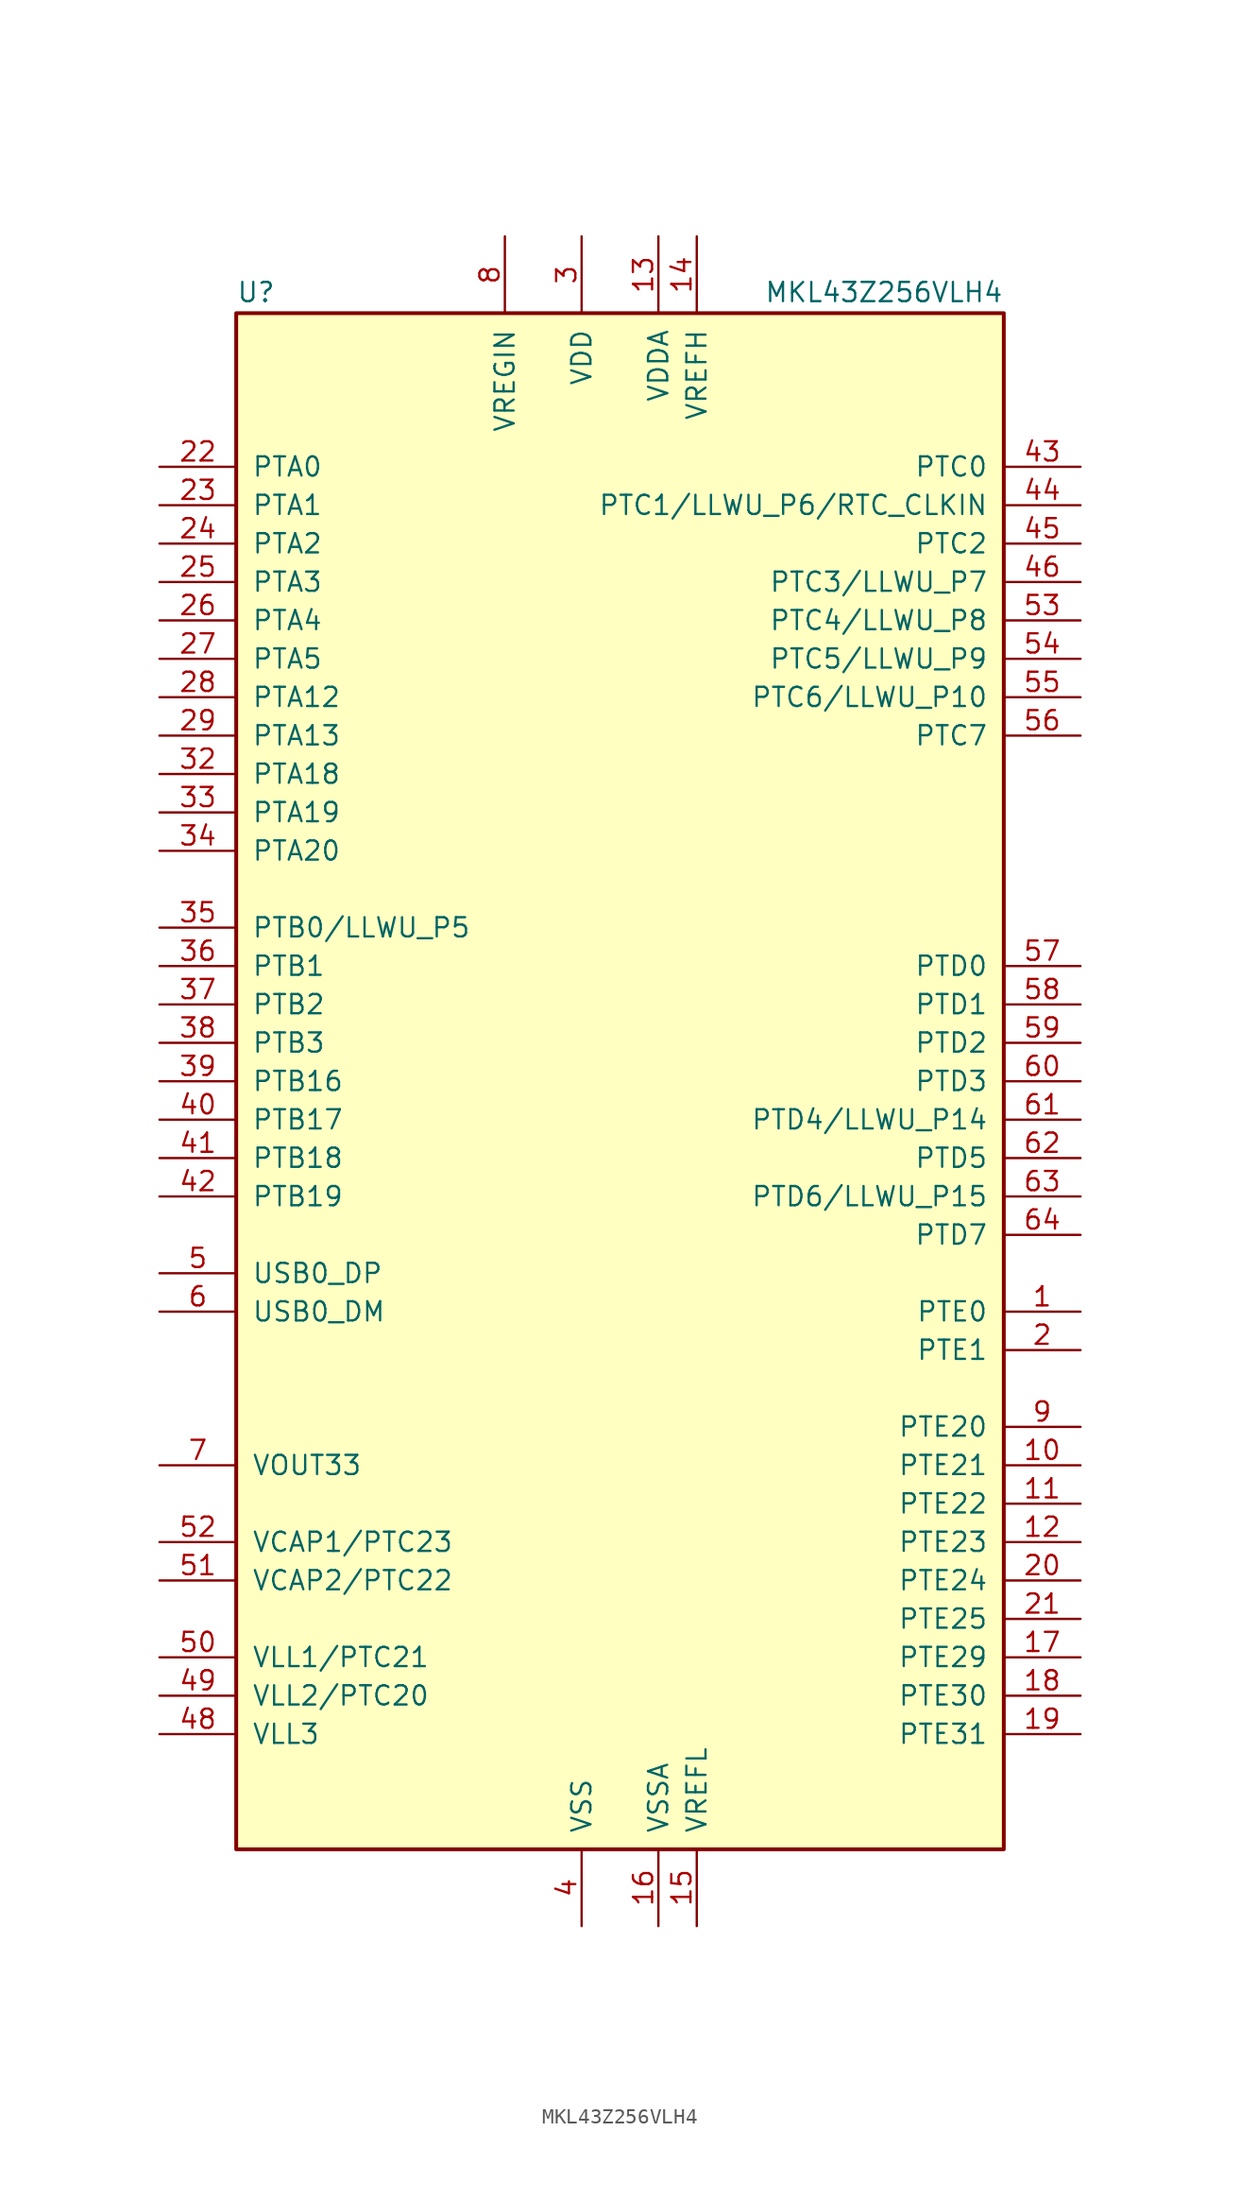
<source format=kicad_sym>
(kicad_symbol_lib
  (version 20211014)
  (generator kicad_symbol_editor)
  (symbol "MKL43Z256VLH4"
    (pin_names
      (offset 1.016))
    (property "Reference" "U"
      (at -25.4 51.435 0)
      (effects (font (size 1.27 1.27)) (justify left bottom)))
    (property "Value" "MKL43Z256VLH4"
      (at 25.4 51.435 0)
      (effects (font (size 1.27 1.27)) (justify right bottom)))
    (symbol "MKL43Z256VLH4_0_1"
      (rectangle (start -25.4 50.8) (end 25.4 -50.8) (stroke (width 0.254) (type default) (color 0 0 0 0)) (fill (type background))))
    (symbol "MKL43Z256VLH4_1_1"
      (pin bidirectional line (at 30.48 -15.24 180) (length 5.08) (name "PTE0" (effects (font (size 1.27 1.27)))) (number "1" (effects (font (size 1.27 1.27)))))
      (pin bidirectional line (at 30.48 -25.4 180) (length 5.08) (name "PTE21" (effects (font (size 1.27 1.27)))) (number "10" (effects (font (size 1.27 1.27)))))
      (pin bidirectional line (at 30.48 -27.94 180) (length 5.08) (name "PTE22" (effects (font (size 1.27 1.27)))) (number "11" (effects (font (size 1.27 1.27)))))
      (pin bidirectional line (at 30.48 -30.48 180) (length 5.08) (name "PTE23" (effects (font (size 1.27 1.27)))) (number "12" (effects (font (size 1.27 1.27)))))
      (pin power_in line (at 2.54 55.88 270) (length 5.08) (name "VDDA" (effects (font (size 1.27 1.27)))) (number "13" (effects (font (size 1.27 1.27)))))
      (pin power_in line (at 5.08 55.88 270) (length 5.08) (name "VREFH" (effects (font (size 1.27 1.27)))) (number "14" (effects (font (size 1.27 1.27)))))
      (pin power_in line (at 5.08 -55.88 90) (length 5.08) (name "VREFL" (effects (font (size 1.27 1.27)))) (number "15" (effects (font (size 1.27 1.27)))))
      (pin power_in line (at 2.54 -55.88 90) (length 5.08) (name "VSSA" (effects (font (size 1.27 1.27)))) (number "16" (effects (font (size 1.27 1.27)))))
      (pin bidirectional line (at 30.48 -38.1 180) (length 5.08) (name "PTE29" (effects (font (size 1.27 1.27)))) (number "17" (effects (font (size 1.27 1.27)))))
      (pin bidirectional line (at 30.48 -40.64 180) (length 5.08) (name "PTE30" (effects (font (size 1.27 1.27)))) (number "18" (effects (font (size 1.27 1.27)))))
      (pin bidirectional line (at 30.48 -43.18 180) (length 5.08) (name "PTE31" (effects (font (size 1.27 1.27)))) (number "19" (effects (font (size 1.27 1.27)))))
      (pin bidirectional line (at 30.48 -17.78 180) (length 5.08) (name "PTE1" (effects (font (size 1.27 1.27)))) (number "2" (effects (font (size 1.27 1.27)))))
      (pin bidirectional line (at 30.48 -33.02 180) (length 5.08) (name "PTE24" (effects (font (size 1.27 1.27)))) (number "20" (effects (font (size 1.27 1.27)))))
      (pin bidirectional line (at 30.48 -35.56 180) (length 5.08) (name "PTE25" (effects (font (size 1.27 1.27)))) (number "21" (effects (font (size 1.27 1.27)))))
      (pin bidirectional line (at -30.48 40.64 0) (length 5.08) (name "PTA0" (effects (font (size 1.27 1.27)))) (number "22" (effects (font (size 1.27 1.27)))))
      (pin bidirectional line (at -30.48 38.1 0) (length 5.08) (name "PTA1" (effects (font (size 1.27 1.27)))) (number "23" (effects (font (size 1.27 1.27)))))
      (pin bidirectional line (at -30.48 35.56 0) (length 5.08) (name "PTA2" (effects (font (size 1.27 1.27)))) (number "24" (effects (font (size 1.27 1.27)))))
      (pin bidirectional line (at -30.48 33.02 0) (length 5.08) (name "PTA3" (effects (font (size 1.27 1.27)))) (number "25" (effects (font (size 1.27 1.27)))))
      (pin bidirectional line (at -30.48 30.48 0) (length 5.08) (name "PTA4" (effects (font (size 1.27 1.27)))) (number "26" (effects (font (size 1.27 1.27)))))
      (pin bidirectional line (at -30.48 27.94 0) (length 5.08) (name "PTA5" (effects (font (size 1.27 1.27)))) (number "27" (effects (font (size 1.27 1.27)))))
      (pin bidirectional line (at -30.48 25.4 0) (length 5.08) (name "PTA12" (effects (font (size 1.27 1.27)))) (number "28" (effects (font (size 1.27 1.27)))))
      (pin bidirectional line (at -30.48 22.86 0) (length 5.08) (name "PTA13" (effects (font (size 1.27 1.27)))) (number "29" (effects (font (size 1.27 1.27)))))
      (pin power_in line (at -2.54 55.88 270) (length 5.08) (name "VDD" (effects (font (size 1.27 1.27)))) (number "3" (effects (font (size 1.27 1.27)))))
      (pin passive line (at -2.54 55.88 270) (length 5.08) hide (name "VDD" (effects (font (size 1.27 1.27)))) (number "30" (effects (font (size 1.27 1.27)))))
      (pin passive line (at -2.54 -55.88 90) (length 5.08) hide (name "VSS" (effects (font (size 1.27 1.27)))) (number "31" (effects (font (size 1.27 1.27)))))
      (pin bidirectional line (at -30.48 20.32 0) (length 5.08) (name "PTA18" (effects (font (size 1.27 1.27)))) (number "32" (effects (font (size 1.27 1.27)))))
      (pin bidirectional line (at -30.48 17.78 0) (length 5.08) (name "PTA19" (effects (font (size 1.27 1.27)))) (number "33" (effects (font (size 1.27 1.27)))))
      (pin bidirectional line (at -30.48 15.24 0) (length 5.08) (name "PTA20" (effects (font (size 1.27 1.27)))) (number "34" (effects (font (size 1.27 1.27)))))
      (pin bidirectional line (at -30.48 10.16 0) (length 5.08) (name "PTB0/LLWU_P5" (effects (font (size 1.27 1.27)))) (number "35" (effects (font (size 1.27 1.27)))))
      (pin bidirectional line (at -30.48 7.62 0) (length 5.08) (name "PTB1" (effects (font (size 1.27 1.27)))) (number "36" (effects (font (size 1.27 1.27)))))
      (pin bidirectional line (at -30.48 5.08 0) (length 5.08) (name "PTB2" (effects (font (size 1.27 1.27)))) (number "37" (effects (font (size 1.27 1.27)))))
      (pin bidirectional line (at -30.48 2.54 0) (length 5.08) (name "PTB3" (effects (font (size 1.27 1.27)))) (number "38" (effects (font (size 1.27 1.27)))))
      (pin bidirectional line (at -30.48 0 0) (length 5.08) (name "PTB16" (effects (font (size 1.27 1.27)))) (number "39" (effects (font (size 1.27 1.27)))))
      (pin power_in line (at -2.54 -55.88 90) (length 5.08) (name "VSS" (effects (font (size 1.27 1.27)))) (number "4" (effects (font (size 1.27 1.27)))))
      (pin bidirectional line (at -30.48 -2.54 0) (length 5.08) (name "PTB17" (effects (font (size 1.27 1.27)))) (number "40" (effects (font (size 1.27 1.27)))))
      (pin bidirectional line (at -30.48 -5.08 0) (length 5.08) (name "PTB18" (effects (font (size 1.27 1.27)))) (number "41" (effects (font (size 1.27 1.27)))))
      (pin bidirectional line (at -30.48 -7.62 0) (length 5.08) (name "PTB19" (effects (font (size 1.27 1.27)))) (number "42" (effects (font (size 1.27 1.27)))))
      (pin bidirectional line (at 30.48 40.64 180) (length 5.08) (name "PTC0" (effects (font (size 1.27 1.27)))) (number "43" (effects (font (size 1.27 1.27)))))
      (pin bidirectional line (at 30.48 38.1 180) (length 5.08) (name "PTC1/LLWU_P6/RTC_CLKIN" (effects (font (size 1.27 1.27)))) (number "44" (effects (font (size 1.27 1.27)))))
      (pin bidirectional line (at 30.48 35.56 180) (length 5.08) (name "PTC2" (effects (font (size 1.27 1.27)))) (number "45" (effects (font (size 1.27 1.27)))))
      (pin bidirectional line (at 30.48 33.02 180) (length 5.08) (name "PTC3/LLWU_P7" (effects (font (size 1.27 1.27)))) (number "46" (effects (font (size 1.27 1.27)))))
      (pin passive line (at -2.54 -55.88 90) (length 5.08) hide (name "VSS" (effects (font (size 1.27 1.27)))) (number "47" (effects (font (size 1.27 1.27)))))
      (pin power_out line (at -30.48 -43.18 0) (length 5.08) (name "VLL3" (effects (font (size 1.27 1.27)))) (number "48" (effects (font (size 1.27 1.27)))))
      (pin power_out line (at -30.48 -40.64 0) (length 5.08) (name "VLL2/PTC20" (effects (font (size 1.27 1.27)))) (number "49" (effects (font (size 1.27 1.27)))))
      (pin bidirectional line (at -30.48 -12.7 0) (length 5.08) (name "USB0_DP" (effects (font (size 1.27 1.27)))) (number "5" (effects (font (size 1.27 1.27)))))
      (pin power_out line (at -30.48 -38.1 0) (length 5.08) (name "VLL1/PTC21" (effects (font (size 1.27 1.27)))) (number "50" (effects (font (size 1.27 1.27)))))
      (pin passive line (at -30.48 -33.02 0) (length 5.08) (name "VCAP2/PTC22" (effects (font (size 1.27 1.27)))) (number "51" (effects (font (size 1.27 1.27)))))
      (pin passive line (at -30.48 -30.48 0) (length 5.08) (name "VCAP1/PTC23" (effects (font (size 1.27 1.27)))) (number "52" (effects (font (size 1.27 1.27)))))
      (pin bidirectional line (at 30.48 30.48 180) (length 5.08) (name "PTC4/LLWU_P8" (effects (font (size 1.27 1.27)))) (number "53" (effects (font (size 1.27 1.27)))))
      (pin bidirectional line (at 30.48 27.94 180) (length 5.08) (name "PTC5/LLWU_P9" (effects (font (size 1.27 1.27)))) (number "54" (effects (font (size 1.27 1.27)))))
      (pin bidirectional line (at 30.48 25.4 180) (length 5.08) (name "PTC6/LLWU_P10" (effects (font (size 1.27 1.27)))) (number "55" (effects (font (size 1.27 1.27)))))
      (pin bidirectional line (at 30.48 22.86 180) (length 5.08) (name "PTC7" (effects (font (size 1.27 1.27)))) (number "56" (effects (font (size 1.27 1.27)))))
      (pin bidirectional line (at 30.48 7.62 180) (length 5.08) (name "PTD0" (effects (font (size 1.27 1.27)))) (number "57" (effects (font (size 1.27 1.27)))))
      (pin bidirectional line (at 30.48 5.08 180) (length 5.08) (name "PTD1" (effects (font (size 1.27 1.27)))) (number "58" (effects (font (size 1.27 1.27)))))
      (pin bidirectional line (at 30.48 2.54 180) (length 5.08) (name "PTD2" (effects (font (size 1.27 1.27)))) (number "59" (effects (font (size 1.27 1.27)))))
      (pin bidirectional line (at -30.48 -15.24 0) (length 5.08) (name "USB0_DM" (effects (font (size 1.27 1.27)))) (number "6" (effects (font (size 1.27 1.27)))))
      (pin bidirectional line (at 30.48 0 180) (length 5.08) (name "PTD3" (effects (font (size 1.27 1.27)))) (number "60" (effects (font (size 1.27 1.27)))))
      (pin bidirectional line (at 30.48 -2.54 180) (length 5.08) (name "PTD4/LLWU_P14" (effects (font (size 1.27 1.27)))) (number "61" (effects (font (size 1.27 1.27)))))
      (pin bidirectional line (at 30.48 -5.08 180) (length 5.08) (name "PTD5" (effects (font (size 1.27 1.27)))) (number "62" (effects (font (size 1.27 1.27)))))
      (pin bidirectional line (at 30.48 -7.62 180) (length 5.08) (name "PTD6/LLWU_P15" (effects (font (size 1.27 1.27)))) (number "63" (effects (font (size 1.27 1.27)))))
      (pin bidirectional line (at 30.48 -10.16 180) (length 5.08) (name "PTD7" (effects (font (size 1.27 1.27)))) (number "64" (effects (font (size 1.27 1.27)))))
      (pin power_out line (at -30.48 -25.4 0) (length 5.08) (name "VOUT33" (effects (font (size 1.27 1.27)))) (number "7" (effects (font (size 1.27 1.27)))))
      (pin power_in line (at -7.62 55.88 270) (length 5.08) (name "VREGIN" (effects (font (size 1.27 1.27)))) (number "8" (effects (font (size 1.27 1.27)))))
      (pin bidirectional line (at 30.48 -22.86 180) (length 5.08) (name "PTE20" (effects (font (size 1.27 1.27)))) (number "9" (effects (font (size 1.27 1.27))))))))
</source>
